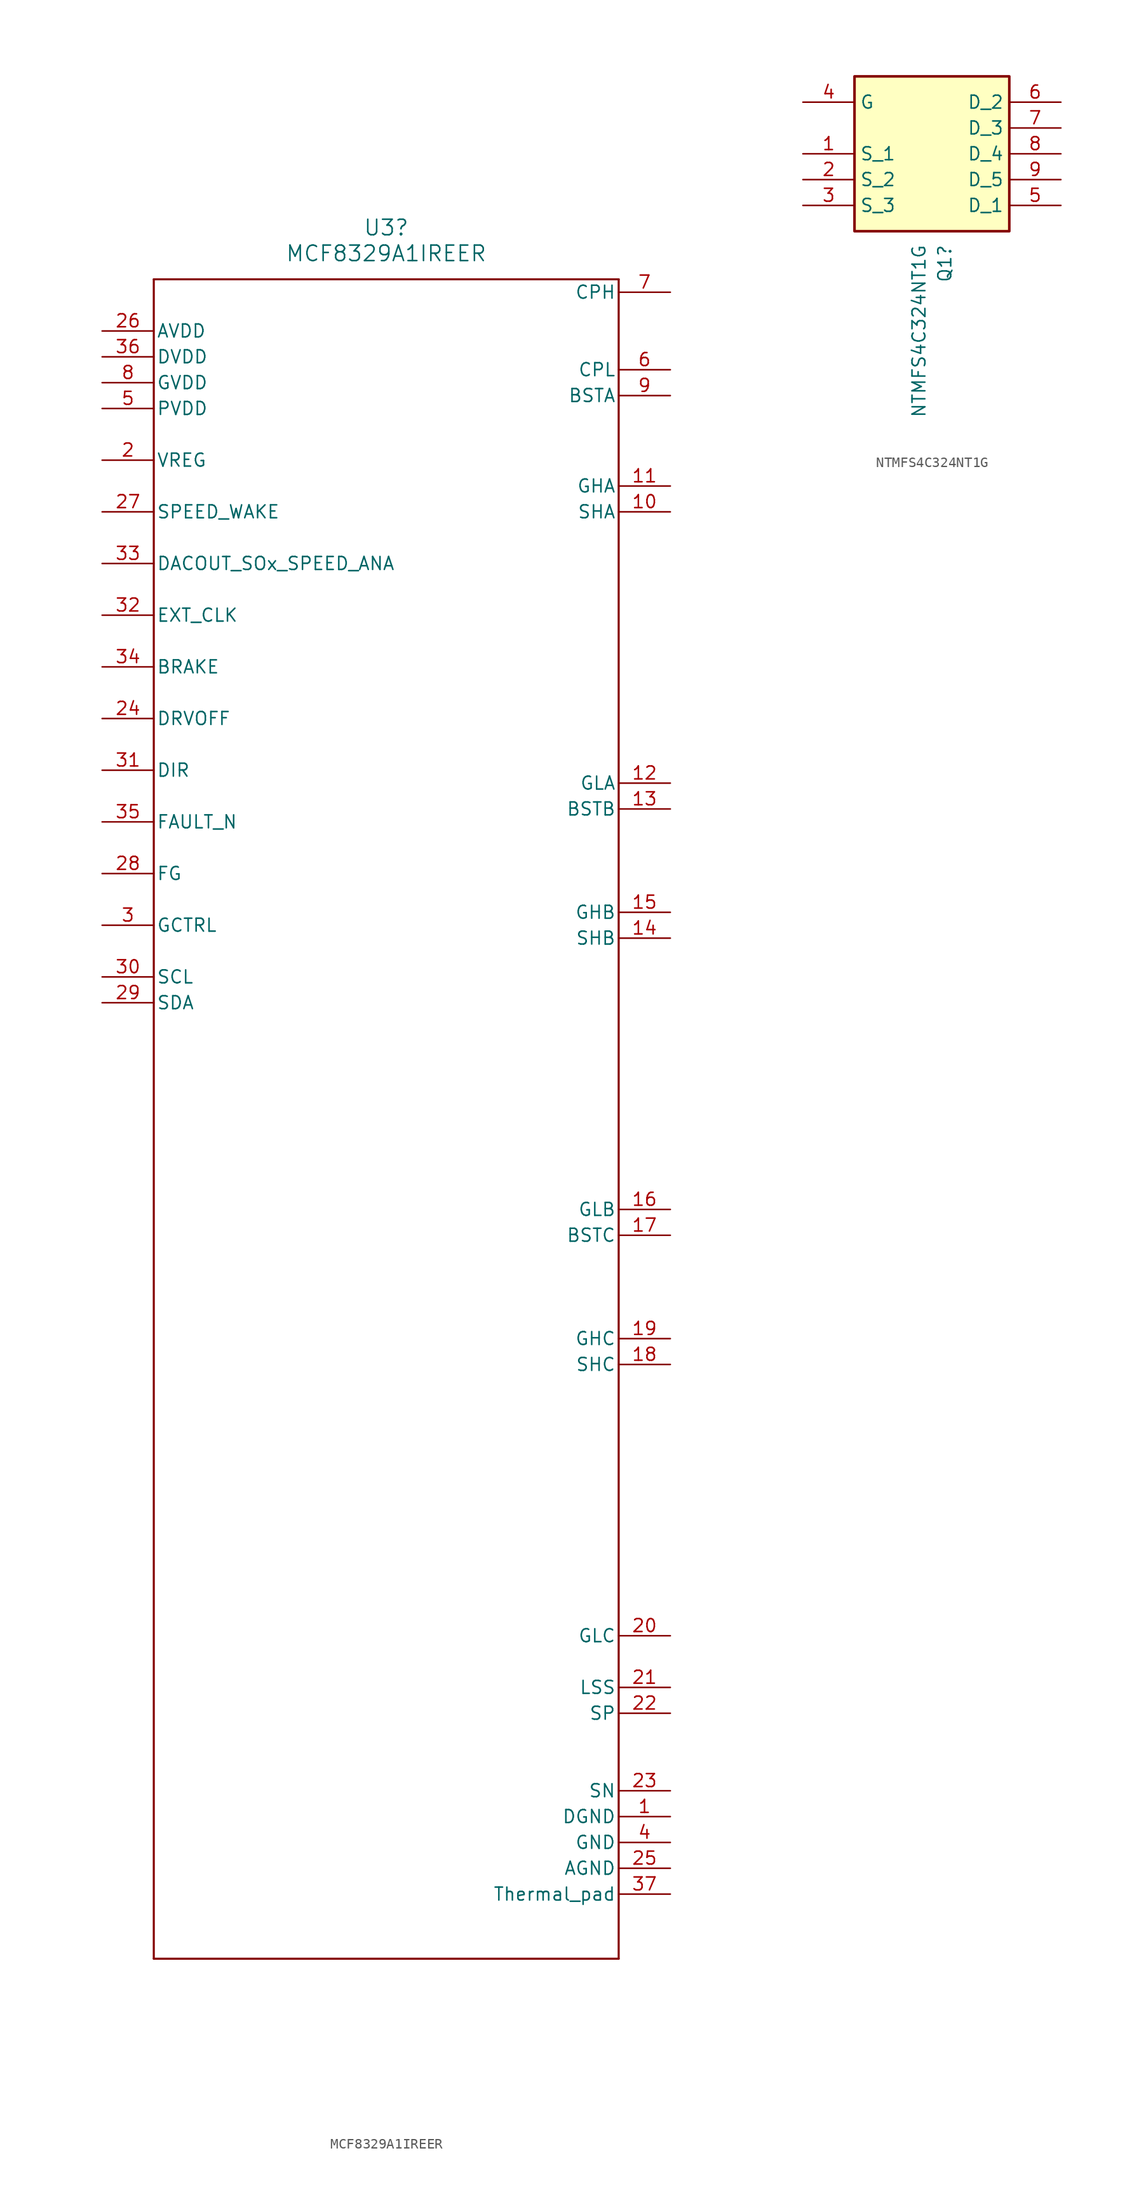
<source format=kicad_sym>
(kicad_symbol_lib
  (version 20241209)
  (generator "kicad_symbol_editor")
  (generator_version "9.0")
  (symbol "MCF8329A1IREER"
    (pin_names
      (offset 0.254))
    (property "Reference" "U3"
      (at 26.67 10.16 0)
      (effects (font (size 1.524 1.524))))
    (property "Value" "MCF8329A1IREER"
      (at 26.67 7.62 0)
      (effects (font (size 1.524 1.524))))
    (symbol "MCF8329A1IREER_0_1"
      (polyline (pts (xy 3.81 5.08) (xy 3.81 -160.02)) (stroke (width 0.203) (type default)) (fill (type none)))
      (polyline (pts (xy 3.81 -160.02) (xy 49.53 -160.02)) (stroke (width 0.203) (type default)) (fill (type none)))
      (polyline (pts (xy 49.53 5.08) (xy 3.81 5.08)) (stroke (width 0.203) (type default)) (fill (type none)))
      (polyline (pts (xy 49.53 -160.02) (xy 49.53 5.08)) (stroke (width 0.203) (type default)) (fill (type none)))
      (pin power_in line (at -1.27 -7.62 0) (length 5.08) (name "PVDD" (effects (font (size 1.27 1.27)))) (number "5" (effects (font (size 1.27 1.27)))))
      (pin power_in line (at -1.27 -12.7 0) (length 5.08) (name "VREG" (effects (font (size 1.27 1.27)))) (number "2" (effects (font (size 1.27 1.27)))))
      (pin input line (at -1.27 -17.78 0) (length 5.08) (name "SPEED_WAKE" (effects (font (size 1.27 1.27)))) (number "27" (effects (font (size 1.27 1.27)))))
      (pin bidirectional line (at -1.27 -22.86 0) (length 5.08) (name "DACOUT_SOx_SPEED_ANA" (effects (font (size 1.27 1.27)))) (number "33" (effects (font (size 1.27 1.27)))))
      (pin input line (at -1.27 -27.94 0) (length 5.08) (name "EXT_CLK" (effects (font (size 1.27 1.27)))) (number "32" (effects (font (size 1.27 1.27)))))
      (pin input line (at -1.27 -33.02 0) (length 5.08) (name "BRAKE" (effects (font (size 1.27 1.27)))) (number "34" (effects (font (size 1.27 1.27)))))
      (pin input line (at -1.27 -38.1 0) (length 5.08) (name "DRVOFF" (effects (font (size 1.27 1.27)))) (number "24" (effects (font (size 1.27 1.27)))))
      (pin input line (at -1.27 -43.18 0) (length 5.08) (name "DIR" (effects (font (size 1.27 1.27)))) (number "31" (effects (font (size 1.27 1.27)))))
      (pin open_collector line (at -1.27 -48.26 0) (length 5.08) (name "FAULT_N" (effects (font (size 1.27 1.27)))) (number "35" (effects (font (size 1.27 1.27)))))
      (pin open_collector line (at -1.27 -53.34 0) (length 5.08) (name "FG" (effects (font (size 1.27 1.27)))) (number "28" (effects (font (size 1.27 1.27)))))
      (pin unspecified line (at -1.27 -58.42 0) (length 5.08) (name "GCTRL" (effects (font (size 1.27 1.27)))) (number "3" (effects (font (size 1.27 1.27)))))
      (pin input line (at -1.27 -63.5 0) (length 5.08) (name "SCL" (effects (font (size 1.27 1.27)))) (number "30" (effects (font (size 1.27 1.27)))))
      (pin bidirectional line (at -1.27 -66.04 0) (length 5.08) (name "SDA" (effects (font (size 1.27 1.27)))) (number "29" (effects (font (size 1.27 1.27)))))
      (pin power_in line (at 54.61 -133.35 180) (length 5.08) (name "LSS" (effects (font (size 1.27 1.27)))) (number "21" (effects (font (size 1.27 1.27)))))
      (pin power_in line (at 54.61 -146.05 180) (length 5.08) (name "DGND" (effects (font (size 1.27 1.27)))) (number "1" (effects (font (size 1.27 1.27)))))
      (pin power_in line (at 54.61 -148.59 180) (length 5.08) (name "GND" (effects (font (size 1.27 1.27)))) (number "4" (effects (font (size 1.27 1.27)))))
      (pin power_in line (at 54.61 -151.13 180) (length 5.08) (name "AGND" (effects (font (size 1.27 1.27)))) (number "25" (effects (font (size 1.27 1.27)))))
      (pin power_in line (at 54.61 -153.67 180) (length 5.08) (name "Thermal_pad" (effects (font (size 1.27 1.27)))) (number "37" (effects (font (size 1.27 1.27))))))
    (symbol "MCF8329A1IREER_1_1"
      (pin power_out line (at -1.27 0 0) (length 5.08) (name "AVDD" (effects (font (size 1.27 1.27)))) (number "26" (effects (font (size 1.27 1.27)))))
      (pin power_out line (at -1.27 -2.54 0) (length 5.08) (name "DVDD" (effects (font (size 1.27 1.27)))) (number "36" (effects (font (size 1.27 1.27)))))
      (pin power_out line (at -1.27 -5.08 0) (length 5.08) (name "GVDD" (effects (font (size 1.27 1.27)))) (number "8" (effects (font (size 1.27 1.27)))))
      (pin passive line (at 54.61 3.81 180) (length 5.08) (name "CPH" (effects (font (size 1.27 1.27)))) (number "7" (effects (font (size 1.27 1.27)))))
      (pin passive line (at 54.61 -3.81 180) (length 5.08) (name "CPL" (effects (font (size 1.27 1.27)))) (number "6" (effects (font (size 1.27 1.27)))))
      (pin output line (at 54.61 -6.35 180) (length 5.08) (name "BSTA" (effects (font (size 1.27 1.27)))) (number "9" (effects (font (size 1.27 1.27)))))
      (pin output line (at 54.61 -15.24 180) (length 5.08) (name "GHA" (effects (font (size 1.27 1.27)))) (number "11" (effects (font (size 1.27 1.27)))))
      (pin input line (at 54.61 -17.78 180) (length 5.08) (name "SHA" (effects (font (size 1.27 1.27)))) (number "10" (effects (font (size 1.27 1.27)))))
      (pin output line (at 54.61 -44.45 180) (length 5.08) (name "GLA" (effects (font (size 1.27 1.27)))) (number "12" (effects (font (size 1.27 1.27)))))
      (pin output line (at 54.61 -46.99 180) (length 5.08) (name "BSTB" (effects (font (size 1.27 1.27)))) (number "13" (effects (font (size 1.27 1.27)))))
      (pin output line (at 54.61 -57.15 180) (length 5.08) (name "GHB" (effects (font (size 1.27 1.27)))) (number "15" (effects (font (size 1.27 1.27)))))
      (pin input line (at 54.61 -59.69 180) (length 5.08) (name "SHB" (effects (font (size 1.27 1.27)))) (number "14" (effects (font (size 1.27 1.27)))))
      (pin output line (at 54.61 -86.36 180) (length 5.08) (name "GLB" (effects (font (size 1.27 1.27)))) (number "16" (effects (font (size 1.27 1.27)))))
      (pin output line (at 54.61 -88.9 180) (length 5.08) (name "BSTC" (effects (font (size 1.27 1.27)))) (number "17" (effects (font (size 1.27 1.27)))))
      (pin output line (at 54.61 -99.06 180) (length 5.08) (name "GHC" (effects (font (size 1.27 1.27)))) (number "19" (effects (font (size 1.27 1.27)))))
      (pin input line (at 54.61 -101.6 180) (length 5.08) (name "SHC" (effects (font (size 1.27 1.27)))) (number "18" (effects (font (size 1.27 1.27)))))
      (pin output line (at 54.61 -128.27 180) (length 5.08) (name "GLC" (effects (font (size 1.27 1.27)))) (number "20" (effects (font (size 1.27 1.27)))))
      (pin input line (at 54.61 -135.89 180) (length 5.08) (name "SP" (effects (font (size 1.27 1.27)))) (number "22" (effects (font (size 1.27 1.27)))))
      (pin input line (at 54.61 -143.51 180) (length 5.08) (name "SN" (effects (font (size 1.27 1.27)))) (number "23" (effects (font (size 1.27 1.27)))))))
  (symbol "NTMFS4C324NT1G"
    (property "Reference" "Q1"
      (at 13.97 -13.97 90)
      (effects (font (size 1.27 1.27)) (justify right)))
    (property "Value" "NTMFS4C324NT1G"
      (at 11.43 -13.97 90)
      (effects (font (size 1.27 1.27)) (justify right)))
    (symbol "NTMFS4C324NT1G_1_1"
      (rectangle (start 5.08 2.54) (end 20.32 -12.7) (stroke (width 0.254) (type default)) (fill (type background)))
      (pin passive line (at 0 0 0) (length 5.08) (name "G" (effects (font (size 1.27 1.27)))) (number "4" (effects (font (size 1.27 1.27)))))
      (pin passive line (at 0 -5.08 0) (length 5.08) (name "S_1" (effects (font (size 1.27 1.27)))) (number "1" (effects (font (size 1.27 1.27)))))
      (pin passive line (at 0 -7.62 0) (length 5.08) (name "S_2" (effects (font (size 1.27 1.27)))) (number "2" (effects (font (size 1.27 1.27)))))
      (pin passive line (at 0 -10.16 0) (length 5.08) (name "S_3" (effects (font (size 1.27 1.27)))) (number "3" (effects (font (size 1.27 1.27)))))
      (pin passive line (at 25.4 0 180) (length 5.08) (name "D_2" (effects (font (size 1.27 1.27)))) (number "6" (effects (font (size 1.27 1.27)))))
      (pin passive line (at 25.4 -2.54 180) (length 5.08) (name "D_3" (effects (font (size 1.27 1.27)))) (number "7" (effects (font (size 1.27 1.27)))))
      (pin passive line (at 25.4 -5.08 180) (length 5.08) (name "D_4" (effects (font (size 1.27 1.27)))) (number "8" (effects (font (size 1.27 1.27)))))
      (pin passive line (at 25.4 -7.62 180) (length 5.08) (name "D_5" (effects (font (size 1.27 1.27)))) (number "9" (effects (font (size 1.27 1.27)))))
      (pin passive line (at 25.4 -10.16 180) (length 5.08) (name "D_1" (effects (font (size 1.27 1.27)))) (number "5" (effects (font (size 1.27 1.27))))))))
</source>
